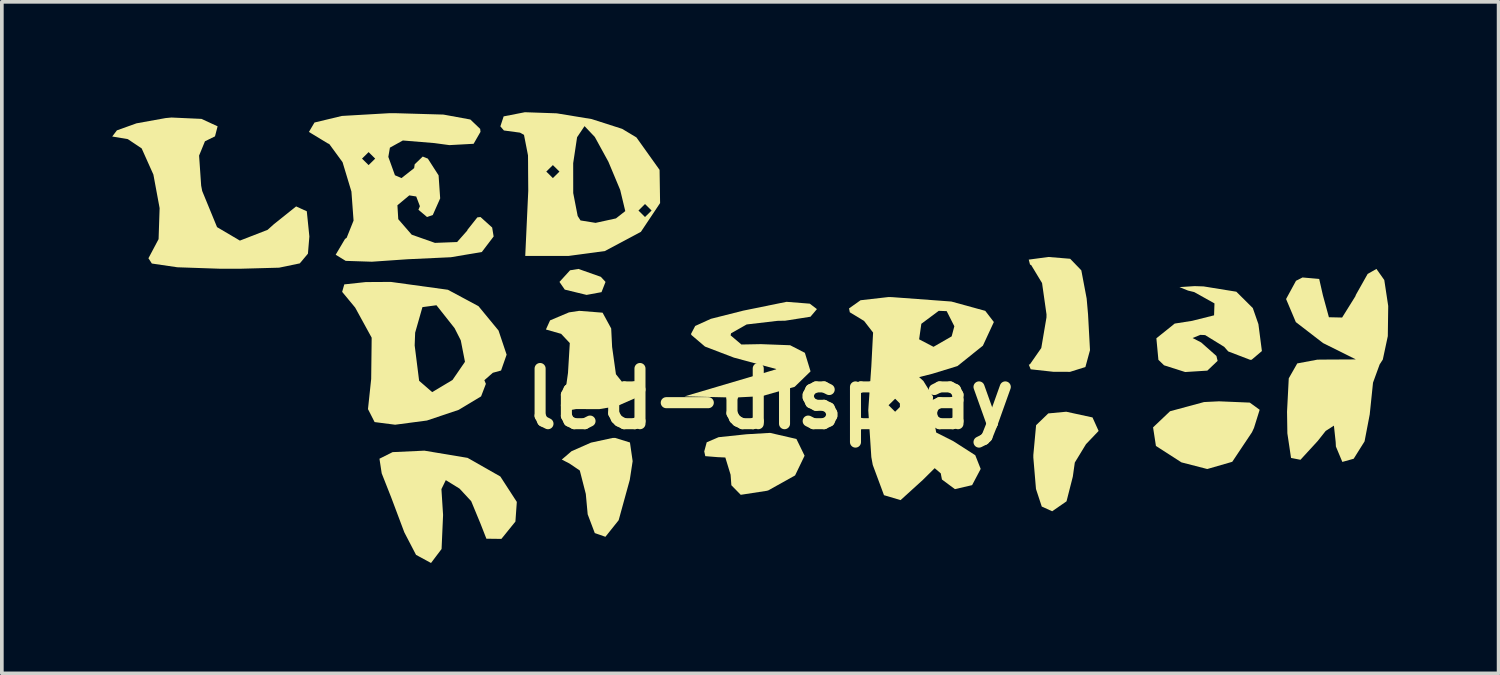
<source format=kicad_pcb>
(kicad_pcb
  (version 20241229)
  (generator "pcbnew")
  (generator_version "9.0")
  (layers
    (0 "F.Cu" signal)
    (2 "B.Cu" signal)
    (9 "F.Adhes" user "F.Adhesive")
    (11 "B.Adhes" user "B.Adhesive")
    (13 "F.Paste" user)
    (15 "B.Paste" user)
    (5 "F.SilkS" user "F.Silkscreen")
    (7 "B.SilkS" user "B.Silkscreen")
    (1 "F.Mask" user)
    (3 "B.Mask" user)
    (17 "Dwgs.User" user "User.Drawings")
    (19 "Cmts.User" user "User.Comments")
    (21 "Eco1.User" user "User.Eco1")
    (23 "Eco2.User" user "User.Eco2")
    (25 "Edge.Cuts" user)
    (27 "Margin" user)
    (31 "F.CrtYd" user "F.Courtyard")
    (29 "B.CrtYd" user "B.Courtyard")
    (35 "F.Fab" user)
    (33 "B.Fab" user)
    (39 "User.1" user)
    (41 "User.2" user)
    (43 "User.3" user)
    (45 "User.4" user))
  (footprint "led-display"
    (layer "F.Cu")
    (at 17.879 7.787)
    (property "Reference" "led-display" (at 0 0 0) (layer "F.SilkS") (effects (font (size 1.5 1.5) (thickness 0.3))))
    (attr board_only exclude_from_pos_files exclude_from_bom)
    (fp_poly (pts (xy -4.599 -3.313) (xy -4.472 -3.175) (xy -4.581 -2.897) (xy -4.987 -2.822) (xy -5.58 -2.966) (xy -5.724 -3.175) (xy -5.436 -3.491) (xy -5.208 -3.528)) (stroke (width 0) (type solid)) (fill yes) (layer "F.SilkS"))
    (fp_poly (pts (xy 13.038 0.105) (xy 13.306 0.3) (xy 13.152 0.793) (xy 13.097 0.911) (xy 12.561 1.714) (xy 11.882 1.91) (xy 11.18 1.729) (xy 10.487 1.283) (xy 10.409 0.778) (xy 10.87 0.34) (xy 11.794 0.09) (xy 12.202 0.07)) (stroke (width 0) (type solid)) (fill yes) (layer "F.SilkS"))
    (fp_poly (pts (xy 8.763 0.508) (xy 8.929 0.875) (xy 8.586 1.235) (xy 8.282 1.734) (xy 8.228 2.117) (xy 8.057 2.788) (xy 7.667 3.058) (xy 7.384 2.93) (xy 7.227 2.453) (xy 7.155 1.6) (xy 7.155 1.529) (xy 7.23 0.719) (xy 7.561 0.399) (xy 8.049 0.353)) (stroke (width 0) (type solid)) (fill yes) (layer "F.SilkS"))
    (fp_poly (pts (xy -3.808 1.189) (xy -3.735 1.696) (xy -3.813 2.205) (xy -4.115 3.301) (xy -4.475 3.752) (xy -4.764 3.651) (xy -4.957 3.141) (xy -5.008 2.587) (xy -5.171 1.951) (xy -5.456 1.758) (xy -5.661 1.653) (xy -5.396 1.426) (xy -4.868 1.193) (xy -4.282 1.066) (xy -4.212 1.064)) (stroke (width 0) (type solid)) (fill yes) (layer "F.SilkS"))
    (fp_poly (pts (xy 0.716 1.093) (xy 0.938 1.548) (xy 0.68 2.084) (xy -0.049 2.491) (xy -0.089 2.502) (xy -0.797 2.611) (xy -1.052 2.351) (xy -1.073 2.065) (xy -1.216 1.597) (xy -1.431 1.587) (xy -1.761 1.56) (xy -1.789 1.432) (xy -1.722 1.184) (xy -1.399 1.045) (xy -0.638 0.965) (xy 0 0.928)) (stroke (width 0) (type solid)) (fill yes) (layer "F.SilkS"))
    (fp_poly (pts (xy -4.552 -2.339) (xy -4.318 -1.91) (xy -4.293 -1.407) (xy -4.189 -0.666) (xy -3.939 -0.353) (xy -3.935 -0.353) (xy -3.531 -0.249) (xy -3.652 -0.022) (xy -4.158 0.2) (xy -4.643 0.283) (xy -5.372 0.28) (xy -5.588 -0.02) (xy -5.492 -0.701) (xy -5.443 -1.513) (xy -5.679 -1.764) (xy -6.092 -1.882) (xy -5.979 -2.13) (xy -5.466 -2.347) (xy -5.187 -2.389)) (stroke (width 0) (type solid)) (fill yes) (layer "F.SilkS"))
    (fp_poly (pts (xy 8.156 -3.804) (xy 8.459 -3.49) (xy 8.604 -2.724) (xy 8.642 -2.293) (xy 8.695 -1.32) (xy 8.57 -0.862) (xy 8.153 -0.731) (xy 7.694 -0.733) (xy 7.084 -0.8) (xy 7.032 -0.924) (xy 7.065 -0.939) (xy 7.371 -1.379) (xy 7.512 -2.21) (xy 7.513 -2.293) (xy 7.392 -3.144) (xy 7.097 -3.632) (xy 7.065 -3.647) (xy 7.03 -3.781) (xy 7.566 -3.853)) (stroke (width 0) (type solid)) (fill yes) (layer "F.SilkS"))
    (fp_poly (pts (xy -8.221 1.607) (xy -7.331 2.113) (xy -6.883 2.804) (xy -6.921 3.338) (xy -7.302 3.809) (xy -7.71 3.804) (xy -7.87 3.395) (xy -8.123 2.784) (xy -8.439 2.443) (xy -8.813 2.212) (xy -8.932 2.456) (xy -8.887 3.159) (xy -8.928 4.084) (xy -9.215 4.464) (xy -9.622 4.243) (xy -9.94 3.632) (xy -10.295 2.687) (xy -10.555 2.028) (xy -10.616 1.63) (xy -10.259 1.451) (xy -9.395 1.411)) (stroke (width 0) (type solid)) (fill yes) (layer "F.SilkS"))
    (fp_poly (pts (xy 1.079 -2.584) (xy 1.273 -2.436) (xy 1.098 -2.229) (xy 0.411 -2.121) (xy 0.2 -2.117) (xy -0.636 -2.019) (xy -1.06 -1.779) (xy -1.073 -1.723) (xy -0.779 -1.474) (xy -0.249 -1.484) (xy 0.546 -1.454) (xy 0.946 -1.248) (xy 1.1 -0.744) (xy 0.668 -0.324) (xy -0.222 -0.07) (xy -0.969 -0.032) (xy -2.325 -0.064) (xy -1.073 -0.434) (xy 0.179 -0.804) (xy -0.984 -1.118) (xy -1.769 -1.418) (xy -2.142 -1.736) (xy -2.146 -1.767) (xy -2.035 -1.978) (xy -1.609 -2.172) (xy -0.731 -2.394) (xy 0.447 -2.634)) (stroke (width 0) (type solid)) (fill yes) (layer "F.SilkS"))
    (fp_poly (pts (xy 11.782 -3.053) (xy 12.672 -2.909) (xy 13.12 -2.464) (xy 13.272 -2.028) (xy 13.367 -1.296) (xy 13.088 -1.06) (xy 13.048 -1.058) (xy 12.452 -1.286) (xy 12.342 -1.411) (xy 11.824 -1.73) (xy 11.695 -1.736) (xy 11.482 -1.651) (xy 11.716 -1.53) (xy 12.131 -1.163) (xy 12.163 -1.029) (xy 11.884 -0.764) (xy 11.282 -0.726) (xy 10.707 -0.909) (xy 10.554 -1.058) (xy 10.499 -1.643) (xy 10.997 -2.043) (xy 11.469 -2.117) (xy 12.067 -2.267) (xy 12.078 -2.591) (xy 11.527 -2.899) (xy 11.358 -2.94) (xy 11.127 -3.034) (xy 11.538 -3.061)) (stroke (width 0) (type solid)) (fill yes) (layer "F.SilkS"))
    (fp_poly (pts (xy -15.454 -7.606) (xy -15.015 -7.404) (xy -15.086 -7.131) (xy -15.359 -6.997) (xy -15.518 -6.608) (xy -15.462 -5.793) (xy -15.434 -5.647) (xy -15.03 -4.664) (xy -14.409 -4.298) (xy -13.657 -4.59) (xy -13.484 -4.745) (xy -12.881 -5.227) (xy -12.591 -5.095) (xy -12.521 -4.41) (xy -12.56 -3.943) (xy -12.781 -3.679) (xy -13.344 -3.562) (xy -14.406 -3.533) (xy -14.936 -3.533) (xy -16.11 -3.573) (xy -16.802 -3.675) (xy -16.897 -3.822) (xy -16.89 -3.827) (xy -16.619 -4.338) (xy -16.591 -5.181) (xy -16.76 -6.092) (xy -17.079 -6.804) (xy -17.456 -7.056) (xy -17.879 -7.127) (xy -17.752 -7.294) (xy -17.22 -7.485) (xy -16.428 -7.628) (xy -16.269 -7.643)) (stroke (width 0) (type solid)) (fill yes) (layer "F.SilkS"))
    (fp_poly (pts (xy -8.757 -2.962) (xy -7.925 -2.516) (xy -7.38 -1.854) (xy -7.16 -1.198) (xy -7.311 -0.767) (xy -7.534 -0.706) (xy -7.765 -0.504) (xy -7.724 -0.404) (xy -7.854 -0.064) (xy -8.463 0.302) (xy -9.326 0.592) (xy -10.19 0.706) (xy -10.748 0.634) (xy -10.928 0.282) (xy -10.841 -0.537) (xy -10.83 -1.449) (xy -9.659 -1.449) (xy -9.538 -0.488) (xy -9.183 -0.18) (xy -8.631 -0.51) (xy -8.292 -1.004) (xy -8.406 -1.587) (xy -8.574 -1.918) (xy -9.067 -2.541) (xy -9.448 -2.49) (xy -9.646 -1.796) (xy -9.659 -1.449) (xy -10.83 -1.449) (xy -10.828 -1.66) (xy -11.276 -2.477) (xy -11.63 -2.905) (xy -11.572 -3.108) (xy -10.987 -3.171) (xy -10.306 -3.175)) (stroke (width 0) (type solid)) (fill yes) (layer "F.SilkS"))
    (fp_poly (pts (xy 16.693 -3.227) (xy 16.8 -2.521) (xy 16.789 -1.702) (xy 16.653 -1.065) (xy 16.567 -0.932) (xy 16.387 -0.438) (xy 16.299 0.411) (xy 16.299 0.418) (xy 16.157 1.159) (xy 15.861 1.631) (xy 15.553 1.717) (xy 15.378 1.299) (xy 15.372 1.176) (xy 15.324 0.731) (xy 15.1 0.875) (xy 14.885 1.147) (xy 14.415 1.659) (xy 14.159 1.609) (xy 14.059 0.94) (xy 14.05 0.353) (xy 14.097 -0.555) (xy 14.328 -0.96) (xy 14.873 -1.062) (xy 14.985 -1.064) (xy 15.92 -1.069) (xy 15.029 -1.513) (xy 14.289 -2.083) (xy 14.024 -2.71) (xy 14.294 -3.206) (xy 14.471 -3.296) (xy 14.924 -3.256) (xy 15.025 -2.811) (xy 15.188 -2.215) (xy 15.547 -2.207) (xy 15.908 -2.786) (xy 15.92 -2.822) (xy 16.241 -3.392) (xy 16.48 -3.528)) (stroke (width 0) (type solid)) (fill yes) (layer "F.SilkS"))
    (fp_poly (pts (xy -5.798 -7.757) (xy -4.849 -7.601) (xy -4.02 -7.335) (xy -3.632 -7.102) (xy -3.003 -6.22) (xy -2.989 -5.318) (xy -3.511 -4.536) (xy -4.488 -4.015) (xy -5.478 -3.881) (xy -6.654 -3.881) (xy -6.572 -5.65) (xy -6.576 -6.174) (xy -6.082 -6.174) (xy -5.903 -5.997) (xy -5.724 -6.174) (xy -5.903 -6.35) (xy -6.082 -6.174) (xy -6.576 -6.174) (xy -6.577 -6.402) (xy -5.351 -6.402) (xy -5.35 -5.59) (xy -5.229 -4.967) (xy -5.152 -4.846) (xy -4.742 -4.78) (xy -4.189 -4.901) (xy -3.935 -5.1) (xy -3.939 -5.115) (xy -3.577 -5.115) (xy -3.399 -4.939) (xy -3.22 -5.115) (xy -3.399 -5.292) (xy -3.577 -5.115) (xy -3.939 -5.115) (xy -4.073 -5.674) (xy -4.394 -6.441) (xy -4.763 -7.114) (xy -5.041 -7.408) (xy -5.043 -7.408) (xy -5.245 -7.107) (xy -5.351 -6.402) (xy -6.577 -6.402) (xy -6.579 -6.614) (xy -6.688 -7.172) (xy -6.797 -7.232) (xy -7.234 -7.291) (xy -7.33 -7.403) (xy -7.241 -7.674) (xy -6.663 -7.787)) (stroke (width 0) (type solid)) (fill yes) (layer "F.SilkS"))
    (fp_poly (pts (xy 3.309 -2.762) (xy 4.927 -2.642) (xy 5.848 -2.389) (xy 6.082 -2.085) (xy 5.784 -1.442) (xy 5.092 -0.888) (xy 4.408 -0.678) (xy 4.051 -0.588) (xy 4.166 -0.484) (xy 4.43 -0.058) (xy 4.405 0.321) (xy 4.515 0.918) (xy 4.98 1.153) (xy 5.577 1.535) (xy 5.724 1.907) (xy 5.491 2.348) (xy 5.024 2.457) (xy 4.671 2.195) (xy 4.639 2.028) (xy 4.474 1.887) (xy 4.153 2.205) (xy 3.547 2.755) (xy 3.096 2.621) (xy 2.791 1.799) (xy 2.752 1.587) (xy 2.669 0.317) (xy 2.678 0.176) (xy 3.22 0.176) (xy 3.399 0.353) (xy 3.577 0.176) (xy 3.399 0) (xy 3.22 0.176) (xy 2.678 0.176) (xy 2.752 -0.882) (xy 2.79 -1.615) (xy 4.051 -1.615) (xy 4.442 -1.411) (xy 4.935 -1.695) (xy 5.008 -1.97) (xy 4.8 -2.381) (xy 4.584 -2.389) (xy 4.111 -2.037) (xy 4.051 -1.615) (xy 2.79 -1.615) (xy 2.8 -1.798) (xy 2.553 -2.117) (xy 2.551 -2.117) (xy 2.167 -2.35) (xy 2.146 -2.455) (xy 2.459 -2.677) (xy 3.219 -2.764)) (stroke (width 0) (type solid)) (fill yes) (layer "F.SilkS"))
    (fp_poly (pts (xy -8.877 -7.723) (xy -8.146 -7.589) (xy -7.879 -7.334) (xy -7.87 -7.254) (xy -8.057 -6.929) (xy -8.716 -6.893) (xy -9.123 -6.948) (xy -9.98 -7.019) (xy -10.332 -6.824) (xy -10.375 -6.573) (xy -10.195 -6.074) (xy -10.017 -5.997) (xy -9.673 -6.268) (xy -9.659 -6.371) (xy -9.44 -6.582) (xy -9.301 -6.526) (xy -9.009 -6.071) (xy -8.966 -5.445) (xy -9.167 -4.993) (xy -9.323 -4.939) (xy -9.557 -5.136) (xy -9.517 -5.233) (xy -9.617 -5.497) (xy -9.805 -5.527) (xy -10.128 -5.258) (xy -10.105 -4.88) (xy -9.74 -4.459) (xy -9.108 -4.236) (xy -8.506 -4.259) (xy -8.228 -4.573) (xy -8.228 -4.586) (xy -7.956 -4.929) (xy -7.87 -4.939) (xy -7.553 -4.653) (xy -7.513 -4.41) (xy -7.834 -3.988) (xy -8.675 -3.846) (xy -9.855 -3.791) (xy -10.822 -3.724) (xy -11.534 -3.747) (xy -11.806 -3.914) (xy -11.552 -4.343) (xy -11.508 -4.373) (xy -11.32 -4.842) (xy -11.378 -5.631) (xy -11.619 -6.429) (xy -11.69 -6.526) (xy -11.09 -6.526) (xy -10.911 -6.35) (xy -10.732 -6.526) (xy -10.911 -6.703) (xy -11.09 -6.526) (xy -11.69 -6.526) (xy -11.979 -6.921) (xy -12.029 -6.945) (xy -12.533 -7.251) (xy -12.382 -7.507) (xy -11.637 -7.686) (xy -10.358 -7.76) (xy -10.196 -7.761)) (stroke (width 0) (type solid)) (fill yes) (layer "F.SilkS")))
  (gr_rect
    (start -3 -3)
    (end 37.679 15.251)
    (stroke (width 0.1) (type default))
    (fill no)
    (layer "Edge.Cuts")))
</source>
